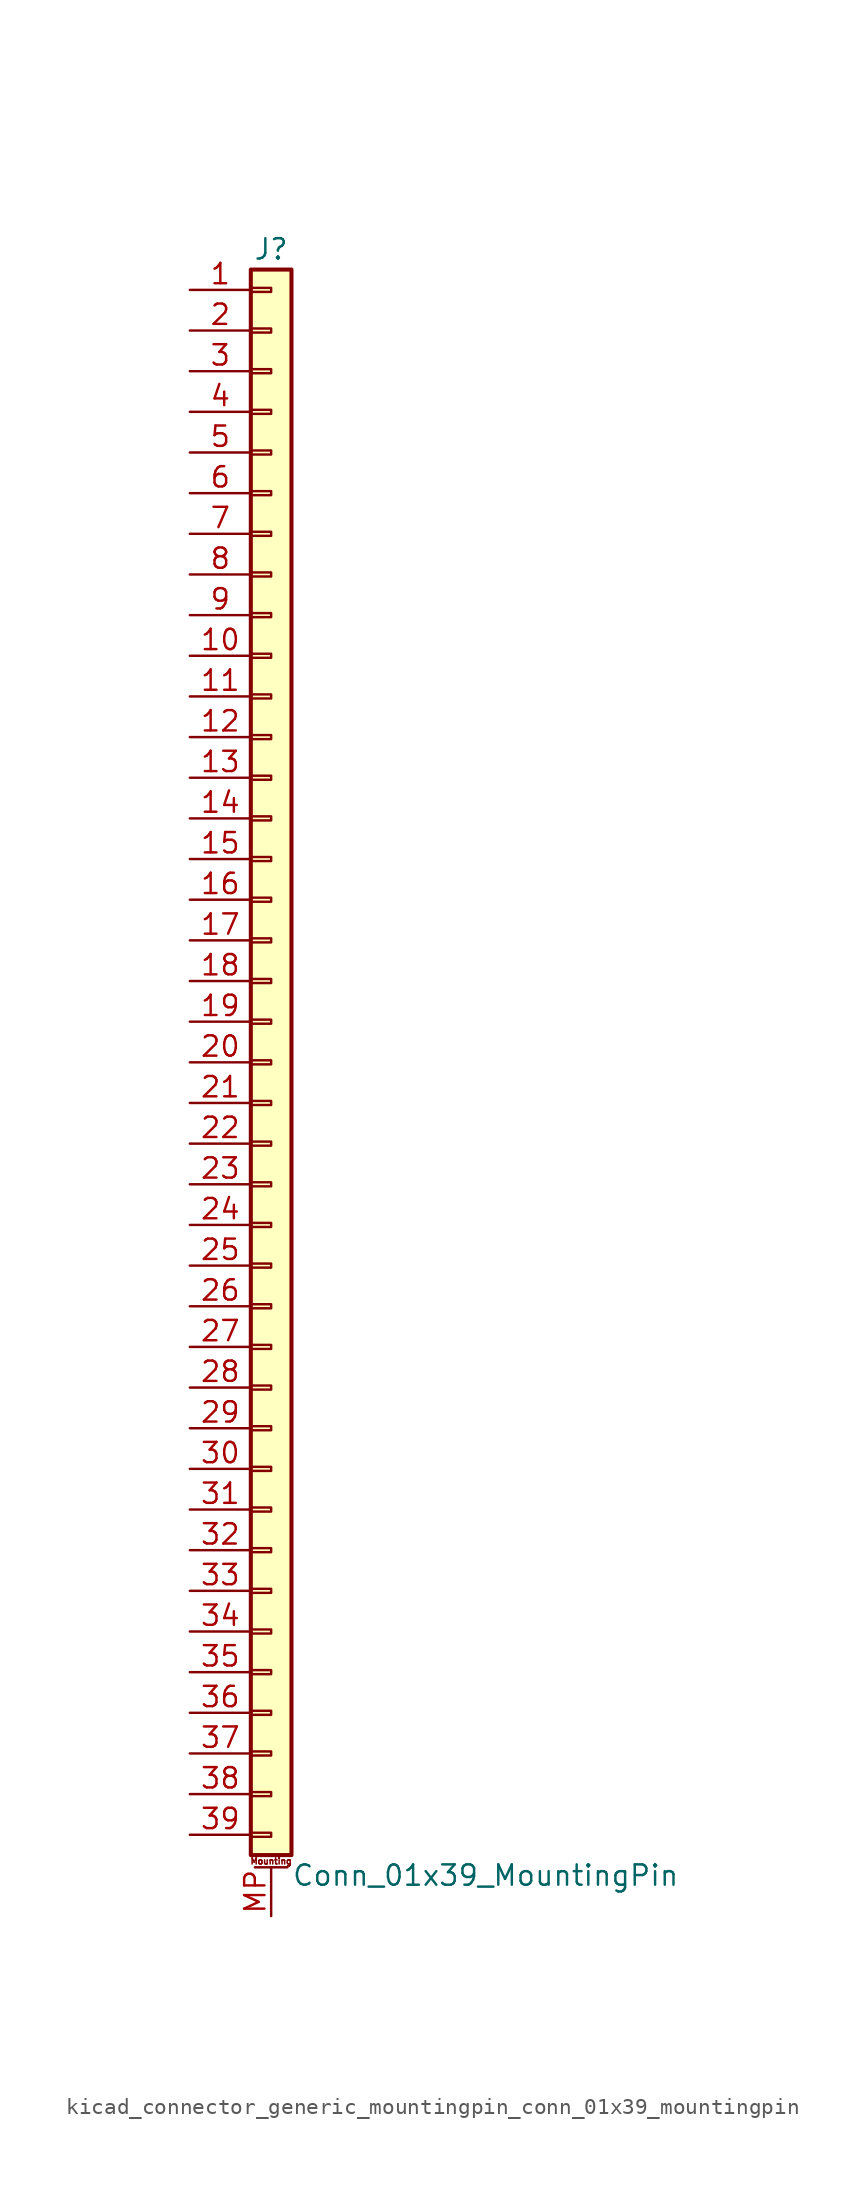
<source format=kicad_sym>
(kicad_symbol_lib
  (version 20220914)
  (generator kicad_symbol_editor)
  (symbol "kicad_connector_generic_mountingpin_conn_01x39_mountingpin"
    (pin_names
      (offset 1.016) hide)
    (property "Reference" "J"
      (at 0 50.8 0)
      (effects (font (size 1.27 1.27))))
    (property "Value" "Conn_01x39_MountingPin"
      (at 1.27 -50.8 0)
      (effects (font (size 1.27 1.27)) (justify left)))
    (symbol "kicad_connector_generic_mountingpin_conn_01x39_mountingpin_1_1"
      (rectangle (start -1.27 -48.133) (end 0 -48.387) (stroke (width 0.152) (type default)) (fill (type none)))
      (rectangle (start -1.27 -45.593) (end 0 -45.847) (stroke (width 0.152) (type default)) (fill (type none)))
      (rectangle (start -1.27 -43.053) (end 0 -43.307) (stroke (width 0.152) (type default)) (fill (type none)))
      (rectangle (start -1.27 -40.513) (end 0 -40.767) (stroke (width 0.152) (type default)) (fill (type none)))
      (rectangle (start -1.27 -37.973) (end 0 -38.227) (stroke (width 0.152) (type default)) (fill (type none)))
      (rectangle (start -1.27 -35.433) (end 0 -35.687) (stroke (width 0.152) (type default)) (fill (type none)))
      (rectangle (start -1.27 -32.893) (end 0 -33.147) (stroke (width 0.152) (type default)) (fill (type none)))
      (rectangle (start -1.27 -30.353) (end 0 -30.607) (stroke (width 0.152) (type default)) (fill (type none)))
      (rectangle (start -1.27 -27.813) (end 0 -28.067) (stroke (width 0.152) (type default)) (fill (type none)))
      (rectangle (start -1.27 -25.273) (end 0 -25.527) (stroke (width 0.152) (type default)) (fill (type none)))
      (rectangle (start -1.27 -22.733) (end 0 -22.987) (stroke (width 0.152) (type default)) (fill (type none)))
      (rectangle (start -1.27 -20.193) (end 0 -20.447) (stroke (width 0.152) (type default)) (fill (type none)))
      (rectangle (start -1.27 -17.653) (end 0 -17.907) (stroke (width 0.152) (type default)) (fill (type none)))
      (rectangle (start -1.27 -15.113) (end 0 -15.367) (stroke (width 0.152) (type default)) (fill (type none)))
      (rectangle (start -1.27 -12.573) (end 0 -12.827) (stroke (width 0.152) (type default)) (fill (type none)))
      (rectangle (start -1.27 -10.033) (end 0 -10.287) (stroke (width 0.152) (type default)) (fill (type none)))
      (rectangle (start -1.27 -7.493) (end 0 -7.747) (stroke (width 0.152) (type default)) (fill (type none)))
      (rectangle (start -1.27 -4.953) (end 0 -5.207) (stroke (width 0.152) (type default)) (fill (type none)))
      (rectangle (start -1.27 -2.413) (end 0 -2.667) (stroke (width 0.152) (type default)) (fill (type none)))
      (rectangle (start -1.27 0.127) (end 0 -0.127) (stroke (width 0.152) (type default)) (fill (type none)))
      (rectangle (start -1.27 2.667) (end 0 2.413) (stroke (width 0.152) (type default)) (fill (type none)))
      (rectangle (start -1.27 5.207) (end 0 4.953) (stroke (width 0.152) (type default)) (fill (type none)))
      (rectangle (start -1.27 7.747) (end 0 7.493) (stroke (width 0.152) (type default)) (fill (type none)))
      (rectangle (start -1.27 10.287) (end 0 10.033) (stroke (width 0.152) (type default)) (fill (type none)))
      (rectangle (start -1.27 12.827) (end 0 12.573) (stroke (width 0.152) (type default)) (fill (type none)))
      (rectangle (start -1.27 15.367) (end 0 15.113) (stroke (width 0.152) (type default)) (fill (type none)))
      (rectangle (start -1.27 17.907) (end 0 17.653) (stroke (width 0.152) (type default)) (fill (type none)))
      (rectangle (start -1.27 20.447) (end 0 20.193) (stroke (width 0.152) (type default)) (fill (type none)))
      (rectangle (start -1.27 22.987) (end 0 22.733) (stroke (width 0.152) (type default)) (fill (type none)))
      (rectangle (start -1.27 25.527) (end 0 25.273) (stroke (width 0.152) (type default)) (fill (type none)))
      (rectangle (start -1.27 28.067) (end 0 27.813) (stroke (width 0.152) (type default)) (fill (type none)))
      (rectangle (start -1.27 30.607) (end 0 30.353) (stroke (width 0.152) (type default)) (fill (type none)))
      (rectangle (start -1.27 33.147) (end 0 32.893) (stroke (width 0.152) (type default)) (fill (type none)))
      (rectangle (start -1.27 35.687) (end 0 35.433) (stroke (width 0.152) (type default)) (fill (type none)))
      (rectangle (start -1.27 38.227) (end 0 37.973) (stroke (width 0.152) (type default)) (fill (type none)))
      (rectangle (start -1.27 40.767) (end 0 40.513) (stroke (width 0.152) (type default)) (fill (type none)))
      (rectangle (start -1.27 43.307) (end 0 43.053) (stroke (width 0.152) (type default)) (fill (type none)))
      (rectangle (start -1.27 45.847) (end 0 45.593) (stroke (width 0.152) (type default)) (fill (type none)))
      (rectangle (start -1.27 48.387) (end 0 48.133) (stroke (width 0.152) (type default)) (fill (type none)))
      (rectangle (start -1.27 49.53) (end 1.27 -49.53) (stroke (width 0.254) (type default)) (fill (type background)))
      (polyline (pts (xy -1.016 -50.292) (xy 1.016 -50.292)) (stroke (width 0.152) (type default)) (fill (type none)))
      (text "Mounting" (at 0 -49.911 0) (effects (font (size 0.381 0.381))))
      (pin passive line (at -5.08 48.26 0) (length 3.81) (name "Pin_1" (effects (font (size 1.27 1.27)))) (number "1" (effects (font (size 1.27 1.27)))))
      (pin passive line (at -5.08 25.4 0) (length 3.81) (name "Pin_10" (effects (font (size 1.27 1.27)))) (number "10" (effects (font (size 1.27 1.27)))))
      (pin passive line (at -5.08 22.86 0) (length 3.81) (name "Pin_11" (effects (font (size 1.27 1.27)))) (number "11" (effects (font (size 1.27 1.27)))))
      (pin passive line (at -5.08 20.32 0) (length 3.81) (name "Pin_12" (effects (font (size 1.27 1.27)))) (number "12" (effects (font (size 1.27 1.27)))))
      (pin passive line (at -5.08 17.78 0) (length 3.81) (name "Pin_13" (effects (font (size 1.27 1.27)))) (number "13" (effects (font (size 1.27 1.27)))))
      (pin passive line (at -5.08 15.24 0) (length 3.81) (name "Pin_14" (effects (font (size 1.27 1.27)))) (number "14" (effects (font (size 1.27 1.27)))))
      (pin passive line (at -5.08 12.7 0) (length 3.81) (name "Pin_15" (effects (font (size 1.27 1.27)))) (number "15" (effects (font (size 1.27 1.27)))))
      (pin passive line (at -5.08 10.16 0) (length 3.81) (name "Pin_16" (effects (font (size 1.27 1.27)))) (number "16" (effects (font (size 1.27 1.27)))))
      (pin passive line (at -5.08 7.62 0) (length 3.81) (name "Pin_17" (effects (font (size 1.27 1.27)))) (number "17" (effects (font (size 1.27 1.27)))))
      (pin passive line (at -5.08 5.08 0) (length 3.81) (name "Pin_18" (effects (font (size 1.27 1.27)))) (number "18" (effects (font (size 1.27 1.27)))))
      (pin passive line (at -5.08 2.54 0) (length 3.81) (name "Pin_19" (effects (font (size 1.27 1.27)))) (number "19" (effects (font (size 1.27 1.27)))))
      (pin passive line (at -5.08 45.72 0) (length 3.81) (name "Pin_2" (effects (font (size 1.27 1.27)))) (number "2" (effects (font (size 1.27 1.27)))))
      (pin passive line (at -5.08 0 0) (length 3.81) (name "Pin_20" (effects (font (size 1.27 1.27)))) (number "20" (effects (font (size 1.27 1.27)))))
      (pin passive line (at -5.08 -2.54 0) (length 3.81) (name "Pin_21" (effects (font (size 1.27 1.27)))) (number "21" (effects (font (size 1.27 1.27)))))
      (pin passive line (at -5.08 -5.08 0) (length 3.81) (name "Pin_22" (effects (font (size 1.27 1.27)))) (number "22" (effects (font (size 1.27 1.27)))))
      (pin passive line (at -5.08 -7.62 0) (length 3.81) (name "Pin_23" (effects (font (size 1.27 1.27)))) (number "23" (effects (font (size 1.27 1.27)))))
      (pin passive line (at -5.08 -10.16 0) (length 3.81) (name "Pin_24" (effects (font (size 1.27 1.27)))) (number "24" (effects (font (size 1.27 1.27)))))
      (pin passive line (at -5.08 -12.7 0) (length 3.81) (name "Pin_25" (effects (font (size 1.27 1.27)))) (number "25" (effects (font (size 1.27 1.27)))))
      (pin passive line (at -5.08 -15.24 0) (length 3.81) (name "Pin_26" (effects (font (size 1.27 1.27)))) (number "26" (effects (font (size 1.27 1.27)))))
      (pin passive line (at -5.08 -17.78 0) (length 3.81) (name "Pin_27" (effects (font (size 1.27 1.27)))) (number "27" (effects (font (size 1.27 1.27)))))
      (pin passive line (at -5.08 -20.32 0) (length 3.81) (name "Pin_28" (effects (font (size 1.27 1.27)))) (number "28" (effects (font (size 1.27 1.27)))))
      (pin passive line (at -5.08 -22.86 0) (length 3.81) (name "Pin_29" (effects (font (size 1.27 1.27)))) (number "29" (effects (font (size 1.27 1.27)))))
      (pin passive line (at -5.08 43.18 0) (length 3.81) (name "Pin_3" (effects (font (size 1.27 1.27)))) (number "3" (effects (font (size 1.27 1.27)))))
      (pin passive line (at -5.08 -25.4 0) (length 3.81) (name "Pin_30" (effects (font (size 1.27 1.27)))) (number "30" (effects (font (size 1.27 1.27)))))
      (pin passive line (at -5.08 -27.94 0) (length 3.81) (name "Pin_31" (effects (font (size 1.27 1.27)))) (number "31" (effects (font (size 1.27 1.27)))))
      (pin passive line (at -5.08 -30.48 0) (length 3.81) (name "Pin_32" (effects (font (size 1.27 1.27)))) (number "32" (effects (font (size 1.27 1.27)))))
      (pin passive line (at -5.08 -33.02 0) (length 3.81) (name "Pin_33" (effects (font (size 1.27 1.27)))) (number "33" (effects (font (size 1.27 1.27)))))
      (pin passive line (at -5.08 -35.56 0) (length 3.81) (name "Pin_34" (effects (font (size 1.27 1.27)))) (number "34" (effects (font (size 1.27 1.27)))))
      (pin passive line (at -5.08 -38.1 0) (length 3.81) (name "Pin_35" (effects (font (size 1.27 1.27)))) (number "35" (effects (font (size 1.27 1.27)))))
      (pin passive line (at -5.08 -40.64 0) (length 3.81) (name "Pin_36" (effects (font (size 1.27 1.27)))) (number "36" (effects (font (size 1.27 1.27)))))
      (pin passive line (at -5.08 -43.18 0) (length 3.81) (name "Pin_37" (effects (font (size 1.27 1.27)))) (number "37" (effects (font (size 1.27 1.27)))))
      (pin passive line (at -5.08 -45.72 0) (length 3.81) (name "Pin_38" (effects (font (size 1.27 1.27)))) (number "38" (effects (font (size 1.27 1.27)))))
      (pin passive line (at -5.08 -48.26 0) (length 3.81) (name "Pin_39" (effects (font (size 1.27 1.27)))) (number "39" (effects (font (size 1.27 1.27)))))
      (pin passive line (at -5.08 40.64 0) (length 3.81) (name "Pin_4" (effects (font (size 1.27 1.27)))) (number "4" (effects (font (size 1.27 1.27)))))
      (pin passive line (at -5.08 38.1 0) (length 3.81) (name "Pin_5" (effects (font (size 1.27 1.27)))) (number "5" (effects (font (size 1.27 1.27)))))
      (pin passive line (at -5.08 35.56 0) (length 3.81) (name "Pin_6" (effects (font (size 1.27 1.27)))) (number "6" (effects (font (size 1.27 1.27)))))
      (pin passive line (at -5.08 33.02 0) (length 3.81) (name "Pin_7" (effects (font (size 1.27 1.27)))) (number "7" (effects (font (size 1.27 1.27)))))
      (pin passive line (at -5.08 30.48 0) (length 3.81) (name "Pin_8" (effects (font (size 1.27 1.27)))) (number "8" (effects (font (size 1.27 1.27)))))
      (pin passive line (at -5.08 27.94 0) (length 3.81) (name "Pin_9" (effects (font (size 1.27 1.27)))) (number "9" (effects (font (size 1.27 1.27)))))
      (pin passive line (at 0 -53.34 90) (length 3.048) (name "MountPin" (effects (font (size 1.27 1.27)))) (number "MP" (effects (font (size 1.27 1.27))))))))
</source>
